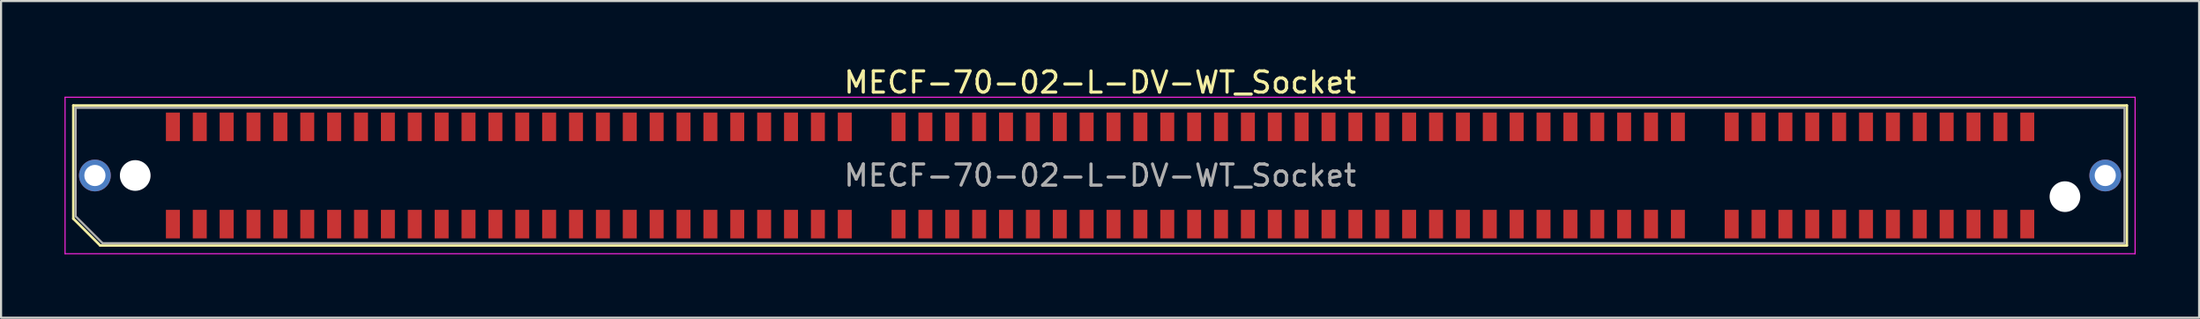
<source format=kicad_pcb>
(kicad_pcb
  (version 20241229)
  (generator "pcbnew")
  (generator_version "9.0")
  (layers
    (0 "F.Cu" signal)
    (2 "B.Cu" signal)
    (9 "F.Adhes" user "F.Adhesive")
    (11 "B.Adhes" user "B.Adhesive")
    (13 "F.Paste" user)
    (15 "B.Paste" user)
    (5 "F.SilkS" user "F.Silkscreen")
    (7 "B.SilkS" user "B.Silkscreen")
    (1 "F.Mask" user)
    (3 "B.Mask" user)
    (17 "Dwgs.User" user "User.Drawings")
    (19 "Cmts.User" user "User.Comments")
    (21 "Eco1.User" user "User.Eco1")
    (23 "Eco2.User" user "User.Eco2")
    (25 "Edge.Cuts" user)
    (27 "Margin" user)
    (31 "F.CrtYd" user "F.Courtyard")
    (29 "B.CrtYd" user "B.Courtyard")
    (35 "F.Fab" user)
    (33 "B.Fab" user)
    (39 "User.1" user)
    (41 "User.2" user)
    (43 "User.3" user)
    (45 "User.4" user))
  (footprint "MECF-70-02-L-DV-WT_Socket"
    (layer "F.Cu")
    (at 48.935 5.248)
    (property "Reference" "MECF-70-02-L-DV-WT_Socket" (at 0 -4.4 0) (layer "F.SilkS") (effects (font (size 1 1) (thickness 0.15))))
    (attr smd)
    (fp_line (start -48.52 -3.31) (end 48.52 -3.31) (stroke (width 0.12) (type solid)) (layer "F.SilkS"))
    (fp_line (start -48.52 2.04) (end -48.52 -3.31) (stroke (width 0.12) (type solid)) (layer "F.SilkS"))
    (fp_line (start -47.25 3.31) (end -48.52 2.04) (stroke (width 0.12) (type solid)) (layer "F.SilkS"))
    (fp_line (start -47.25 3.31) (end 48.52 3.31) (stroke (width 0.12) (type solid)) (layer "F.SilkS"))
    (fp_line (start 48.52 3.31) (end 48.52 -3.31) (stroke (width 0.12) (type solid)) (layer "F.SilkS"))
    (fp_line (start -48.91 -3.7) (end -48.91 3.7) (stroke (width 0.05) (type solid)) (layer "F.CrtYd"))
    (fp_line (start -48.91 3.7) (end 48.91 3.7) (stroke (width 0.05) (type solid)) (layer "F.CrtYd"))
    (fp_line (start 48.91 -3.7) (end -48.91 -3.7) (stroke (width 0.05) (type solid)) (layer "F.CrtYd"))
    (fp_line (start 48.91 3.7) (end 48.91 -3.7) (stroke (width 0.05) (type solid)) (layer "F.CrtYd"))
    (fp_line (start -48.41 -3.2) (end 48.41 -3.2) (stroke (width 0.1) (type solid)) (layer "F.Fab"))
    (fp_line (start -48.41 1.93) (end -48.41 -3.2) (stroke (width 0.1) (type solid)) (layer "F.Fab"))
    (fp_line (start -48.41 1.93) (end -47.14 3.2) (stroke (width 0.1) (type solid)) (layer "F.Fab"))
    (fp_line (start -47.14 3.2) (end 48.41 3.2) (stroke (width 0.1) (type solid)) (layer "F.Fab"))
    (fp_line (start 48.41 3.2) (end 48.41 -3.2) (stroke (width 0.1) (type solid)) (layer "F.Fab"))
    (fp_text user "${REFERENCE}" (at 0 0 0) (layer "F.Fab") (effects (font (size 1 1) (thickness 0.15))))
    (pad "" thru_hole circle (at -47.5 0) (size 1.5 1.5) (drill 1) (layers "*.Cu" "*.Mask"))
    (pad "" np_thru_hole circle (at -45.595 0) (size 1.45 1.45) (drill 1.45) (layers "*.Cu" "*.Mask"))
    (pad "" np_thru_hole circle (at 45.595 1) (size 1.45 1.45) (drill 1.45) (layers "*.Cu" "*.Mask"))
    (pad "" thru_hole circle (at 47.5 0) (size 1.5 1.5) (drill 1) (layers "*.Cu" "*.Mask"))
    (pad "1" smd rect (at -43.815 2.3) (size 0.66 1.35) (layers "F.Cu" "F.Mask" "F.Paste"))
    (pad "2" smd rect (at -43.815 -2.3) (size 0.66 1.35) (layers "F.Cu" "F.Mask" "F.Paste"))
    (pad "3" smd rect (at -42.545 2.3) (size 0.66 1.35) (layers "F.Cu" "F.Mask" "F.Paste"))
    (pad "4" smd rect (at -42.545 -2.3) (size 0.66 1.35) (layers "F.Cu" "F.Mask" "F.Paste"))
    (pad "5" smd rect (at -41.275 2.3) (size 0.66 1.35) (layers "F.Cu" "F.Mask" "F.Paste"))
    (pad "6" smd rect (at -41.275 -2.3) (size 0.66 1.35) (layers "F.Cu" "F.Mask" "F.Paste"))
    (pad "7" smd rect (at -40.005 2.3) (size 0.66 1.35) (layers "F.Cu" "F.Mask" "F.Paste"))
    (pad "8" smd rect (at -40.005 -2.3) (size 0.66 1.35) (layers "F.Cu" "F.Mask" "F.Paste"))
    (pad "9" smd rect (at -38.735 2.3) (size 0.66 1.35) (layers "F.Cu" "F.Mask" "F.Paste"))
    (pad "10" smd rect (at -38.735 -2.3) (size 0.66 1.35) (layers "F.Cu" "F.Mask" "F.Paste"))
    (pad "11" smd rect (at -37.465 2.3) (size 0.66 1.35) (layers "F.Cu" "F.Mask" "F.Paste"))
    (pad "12" smd rect (at -37.465 -2.3) (size 0.66 1.35) (layers "F.Cu" "F.Mask" "F.Paste"))
    (pad "13" smd rect (at -36.195 2.3) (size 0.66 1.35) (layers "F.Cu" "F.Mask" "F.Paste"))
    (pad "14" smd rect (at -36.195 -2.3) (size 0.66 1.35) (layers "F.Cu" "F.Mask" "F.Paste"))
    (pad "15" smd rect (at -34.925 2.3) (size 0.66 1.35) (layers "F.Cu" "F.Mask" "F.Paste"))
    (pad "16" smd rect (at -34.925 -2.3) (size 0.66 1.35) (layers "F.Cu" "F.Mask" "F.Paste"))
    (pad "17" smd rect (at -33.655 2.3) (size 0.66 1.35) (layers "F.Cu" "F.Mask" "F.Paste"))
    (pad "18" smd rect (at -33.655 -2.3) (size 0.66 1.35) (layers "F.Cu" "F.Mask" "F.Paste"))
    (pad "19" smd rect (at -32.385 2.3) (size 0.66 1.35) (layers "F.Cu" "F.Mask" "F.Paste"))
    (pad "20" smd rect (at -32.385 -2.3) (size 0.66 1.35) (layers "F.Cu" "F.Mask" "F.Paste"))
    (pad "21" smd rect (at -31.115 2.3) (size 0.66 1.35) (layers "F.Cu" "F.Mask" "F.Paste"))
    (pad "22" smd rect (at -31.115 -2.3) (size 0.66 1.35) (layers "F.Cu" "F.Mask" "F.Paste"))
    (pad "23" smd rect (at -29.845 2.3) (size 0.66 1.35) (layers "F.Cu" "F.Mask" "F.Paste"))
    (pad "24" smd rect (at -29.845 -2.3) (size 0.66 1.35) (layers "F.Cu" "F.Mask" "F.Paste"))
    (pad "25" smd rect (at -28.575 2.3) (size 0.66 1.35) (layers "F.Cu" "F.Mask" "F.Paste"))
    (pad "26" smd rect (at -28.575 -2.3) (size 0.66 1.35) (layers "F.Cu" "F.Mask" "F.Paste"))
    (pad "27" smd rect (at -27.305 2.3) (size 0.66 1.35) (layers "F.Cu" "F.Mask" "F.Paste"))
    (pad "28" smd rect (at -27.305 -2.3) (size 0.66 1.35) (layers "F.Cu" "F.Mask" "F.Paste"))
    (pad "29" smd rect (at -26.035 2.3) (size 0.66 1.35) (layers "F.Cu" "F.Mask" "F.Paste"))
    (pad "30" smd rect (at -26.035 -2.3) (size 0.66 1.35) (layers "F.Cu" "F.Mask" "F.Paste"))
    (pad "31" smd rect (at -24.765 2.3) (size 0.66 1.35) (layers "F.Cu" "F.Mask" "F.Paste"))
    (pad "32" smd rect (at -24.765 -2.3) (size 0.66 1.35) (layers "F.Cu" "F.Mask" "F.Paste"))
    (pad "33" smd rect (at -23.495 2.3) (size 0.66 1.35) (layers "F.Cu" "F.Mask" "F.Paste"))
    (pad "34" smd rect (at -23.495 -2.3) (size 0.66 1.35) (layers "F.Cu" "F.Mask" "F.Paste"))
    (pad "35" smd rect (at -22.225 2.3) (size 0.66 1.35) (layers "F.Cu" "F.Mask" "F.Paste"))
    (pad "36" smd rect (at -22.225 -2.3) (size 0.66 1.35) (layers "F.Cu" "F.Mask" "F.Paste"))
    (pad "37" smd rect (at -20.955 2.3) (size 0.66 1.35) (layers "F.Cu" "F.Mask" "F.Paste"))
    (pad "38" smd rect (at -20.955 -2.3) (size 0.66 1.35) (layers "F.Cu" "F.Mask" "F.Paste"))
    (pad "39" smd rect (at -19.685 2.3) (size 0.66 1.35) (layers "F.Cu" "F.Mask" "F.Paste"))
    (pad "40" smd rect (at -19.685 -2.3) (size 0.66 1.35) (layers "F.Cu" "F.Mask" "F.Paste"))
    (pad "41" smd rect (at -18.415 2.3) (size 0.66 1.35) (layers "F.Cu" "F.Mask" "F.Paste"))
    (pad "42" smd rect (at -18.415 -2.3) (size 0.66 1.35) (layers "F.Cu" "F.Mask" "F.Paste"))
    (pad "43" smd rect (at -17.145 2.3) (size 0.66 1.35) (layers "F.Cu" "F.Mask" "F.Paste"))
    (pad "44" smd rect (at -17.145 -2.3) (size 0.66 1.35) (layers "F.Cu" "F.Mask" "F.Paste"))
    (pad "45" smd rect (at -15.875 2.3) (size 0.66 1.35) (layers "F.Cu" "F.Mask" "F.Paste"))
    (pad "46" smd rect (at -15.875 -2.3) (size 0.66 1.35) (layers "F.Cu" "F.Mask" "F.Paste"))
    (pad "47" smd rect (at -14.605 2.3) (size 0.66 1.35) (layers "F.Cu" "F.Mask" "F.Paste"))
    (pad "48" smd rect (at -14.605 -2.3) (size 0.66 1.35) (layers "F.Cu" "F.Mask" "F.Paste"))
    (pad "49" smd rect (at -13.335 2.3) (size 0.66 1.35) (layers "F.Cu" "F.Mask" "F.Paste"))
    (pad "50" smd rect (at -13.335 -2.3) (size 0.66 1.35) (layers "F.Cu" "F.Mask" "F.Paste"))
    (pad "51" smd rect (at -12.065 2.3) (size 0.66 1.35) (layers "F.Cu" "F.Mask" "F.Paste"))
    (pad "52" smd rect (at -12.065 -2.3) (size 0.66 1.35) (layers "F.Cu" "F.Mask" "F.Paste"))
    (pad "55" smd rect (at -9.525 2.3) (size 0.66 1.35) (layers "F.Cu" "F.Mask" "F.Paste"))
    (pad "56" smd rect (at -9.525 -2.3) (size 0.66 1.35) (layers "F.Cu" "F.Mask" "F.Paste"))
    (pad "57" smd rect (at -8.255 2.3) (size 0.66 1.35) (layers "F.Cu" "F.Mask" "F.Paste"))
    (pad "58" smd rect (at -8.255 -2.3) (size 0.66 1.35) (layers "F.Cu" "F.Mask" "F.Paste"))
    (pad "59" smd rect (at -6.985 2.3) (size 0.66 1.35) (layers "F.Cu" "F.Mask" "F.Paste"))
    (pad "60" smd rect (at -6.985 -2.3) (size 0.66 1.35) (layers "F.Cu" "F.Mask" "F.Paste"))
    (pad "61" smd rect (at -5.715 2.3) (size 0.66 1.35) (layers "F.Cu" "F.Mask" "F.Paste"))
    (pad "62" smd rect (at -5.715 -2.3) (size 0.66 1.35) (layers "F.Cu" "F.Mask" "F.Paste"))
    (pad "63" smd rect (at -4.445 2.3) (size 0.66 1.35) (layers "F.Cu" "F.Mask" "F.Paste"))
    (pad "64" smd rect (at -4.445 -2.3) (size 0.66 1.35) (layers "F.Cu" "F.Mask" "F.Paste"))
    (pad "65" smd rect (at -3.175 2.3) (size 0.66 1.35) (layers "F.Cu" "F.Mask" "F.Paste"))
    (pad "66" smd rect (at -3.175 -2.3) (size 0.66 1.35) (layers "F.Cu" "F.Mask" "F.Paste"))
    (pad "67" smd rect (at -1.905 2.3) (size 0.66 1.35) (layers "F.Cu" "F.Mask" "F.Paste"))
    (pad "68" smd rect (at -1.905 -2.3) (size 0.66 1.35) (layers "F.Cu" "F.Mask" "F.Paste"))
    (pad "69" smd rect (at -0.635 2.3) (size 0.66 1.35) (layers "F.Cu" "F.Mask" "F.Paste"))
    (pad "70" smd rect (at -0.635 -2.3) (size 0.66 1.35) (layers "F.Cu" "F.Mask" "F.Paste"))
    (pad "71" smd rect (at 0.635 2.3) (size 0.66 1.35) (layers "F.Cu" "F.Mask" "F.Paste"))
    (pad "72" smd rect (at 0.635 -2.3) (size 0.66 1.35) (layers "F.Cu" "F.Mask" "F.Paste"))
    (pad "73" smd rect (at 1.905 2.3) (size 0.66 1.35) (layers "F.Cu" "F.Mask" "F.Paste"))
    (pad "74" smd rect (at 1.905 -2.3) (size 0.66 1.35) (layers "F.Cu" "F.Mask" "F.Paste"))
    (pad "75" smd rect (at 3.175 2.3) (size 0.66 1.35) (layers "F.Cu" "F.Mask" "F.Paste"))
    (pad "76" smd rect (at 3.175 -2.3) (size 0.66 1.35) (layers "F.Cu" "F.Mask" "F.Paste"))
    (pad "77" smd rect (at 4.445 2.3) (size 0.66 1.35) (layers "F.Cu" "F.Mask" "F.Paste"))
    (pad "78" smd rect (at 4.445 -2.3) (size 0.66 1.35) (layers "F.Cu" "F.Mask" "F.Paste"))
    (pad "79" smd rect (at 5.715 2.3) (size 0.66 1.35) (layers "F.Cu" "F.Mask" "F.Paste"))
    (pad "80" smd rect (at 5.715 -2.3) (size 0.66 1.35) (layers "F.Cu" "F.Mask" "F.Paste"))
    (pad "81" smd rect (at 6.985 2.3) (size 0.66 1.35) (layers "F.Cu" "F.Mask" "F.Paste"))
    (pad "82" smd rect (at 6.985 -2.3) (size 0.66 1.35) (layers "F.Cu" "F.Mask" "F.Paste"))
    (pad "83" smd rect (at 8.255 2.3) (size 0.66 1.35) (layers "F.Cu" "F.Mask" "F.Paste"))
    (pad "84" smd rect (at 8.255 -2.3) (size 0.66 1.35) (layers "F.Cu" "F.Mask" "F.Paste"))
    (pad "85" smd rect (at 9.525 2.3) (size 0.66 1.35) (layers "F.Cu" "F.Mask" "F.Paste"))
    (pad "86" smd rect (at 9.525 -2.3) (size 0.66 1.35) (layers "F.Cu" "F.Mask" "F.Paste"))
    (pad "87" smd rect (at 10.795 2.3) (size 0.66 1.35) (layers "F.Cu" "F.Mask" "F.Paste"))
    (pad "88" smd rect (at 10.795 -2.3) (size 0.66 1.35) (layers "F.Cu" "F.Mask" "F.Paste"))
    (pad "89" smd rect (at 12.065 2.3) (size 0.66 1.35) (layers "F.Cu" "F.Mask" "F.Paste"))
    (pad "90" smd rect (at 12.065 -2.3) (size 0.66 1.35) (layers "F.Cu" "F.Mask" "F.Paste"))
    (pad "91" smd rect (at 13.335 2.3) (size 0.66 1.35) (layers "F.Cu" "F.Mask" "F.Paste"))
    (pad "92" smd rect (at 13.335 -2.3) (size 0.66 1.35) (layers "F.Cu" "F.Mask" "F.Paste"))
    (pad "93" smd rect (at 14.605 2.3) (size 0.66 1.35) (layers "F.Cu" "F.Mask" "F.Paste"))
    (pad "94" smd rect (at 14.605 -2.3) (size 0.66 1.35) (layers "F.Cu" "F.Mask" "F.Paste"))
    (pad "95" smd rect (at 15.875 2.3) (size 0.66 1.35) (layers "F.Cu" "F.Mask" "F.Paste"))
    (pad "96" smd rect (at 15.875 -2.3) (size 0.66 1.35) (layers "F.Cu" "F.Mask" "F.Paste"))
    (pad "97" smd rect (at 17.145 2.3) (size 0.66 1.35) (layers "F.Cu" "F.Mask" "F.Paste"))
    (pad "98" smd rect (at 17.145 -2.3) (size 0.66 1.35) (layers "F.Cu" "F.Mask" "F.Paste"))
    (pad "99" smd rect (at 18.415 2.3) (size 0.66 1.35) (layers "F.Cu" "F.Mask" "F.Paste"))
    (pad "100" smd rect (at 18.415 -2.3) (size 0.66 1.35) (layers "F.Cu" "F.Mask" "F.Paste"))
    (pad "101" smd rect (at 19.685 2.3) (size 0.66 1.35) (layers "F.Cu" "F.Mask" "F.Paste"))
    (pad "102" smd rect (at 19.685 -2.3) (size 0.66 1.35) (layers "F.Cu" "F.Mask" "F.Paste"))
    (pad "103" smd rect (at 20.955 2.3) (size 0.66 1.35) (layers "F.Cu" "F.Mask" "F.Paste"))
    (pad "104" smd rect (at 20.955 -2.3) (size 0.66 1.35) (layers "F.Cu" "F.Mask" "F.Paste"))
    (pad "105" smd rect (at 22.225 2.3) (size 0.66 1.35) (layers "F.Cu" "F.Mask" "F.Paste"))
    (pad "106" smd rect (at 22.225 -2.3) (size 0.66 1.35) (layers "F.Cu" "F.Mask" "F.Paste"))
    (pad "107" smd rect (at 23.495 2.3) (size 0.66 1.35) (layers "F.Cu" "F.Mask" "F.Paste"))
    (pad "108" smd rect (at 23.495 -2.3) (size 0.66 1.35) (layers "F.Cu" "F.Mask" "F.Paste"))
    (pad "109" smd rect (at 24.765 2.3) (size 0.66 1.35) (layers "F.Cu" "F.Mask" "F.Paste"))
    (pad "110" smd rect (at 24.765 -2.3) (size 0.66 1.35) (layers "F.Cu" "F.Mask" "F.Paste"))
    (pad "111" smd rect (at 26.035 2.3) (size 0.66 1.35) (layers "F.Cu" "F.Mask" "F.Paste"))
    (pad "112" smd rect (at 26.035 -2.3) (size 0.66 1.35) (layers "F.Cu" "F.Mask" "F.Paste"))
    (pad "113" smd rect (at 27.305 2.3) (size 0.66 1.35) (layers "F.Cu" "F.Mask" "F.Paste"))
    (pad "114" smd rect (at 27.305 -2.3) (size 0.66 1.35) (layers "F.Cu" "F.Mask" "F.Paste"))
    (pad "117" smd rect (at 29.845 2.3) (size 0.66 1.35) (layers "F.Cu" "F.Mask" "F.Paste"))
    (pad "118" smd rect (at 29.845 -2.3) (size 0.66 1.35) (layers "F.Cu" "F.Mask" "F.Paste"))
    (pad "119" smd rect (at 31.115 2.3) (size 0.66 1.35) (layers "F.Cu" "F.Mask" "F.Paste"))
    (pad "120" smd rect (at 31.115 -2.3) (size 0.66 1.35) (layers "F.Cu" "F.Mask" "F.Paste"))
    (pad "121" smd rect (at 32.385 2.3) (size 0.66 1.35) (layers "F.Cu" "F.Mask" "F.Paste"))
    (pad "122" smd rect (at 32.385 -2.3) (size 0.66 1.35) (layers "F.Cu" "F.Mask" "F.Paste"))
    (pad "123" smd rect (at 33.655 2.3) (size 0.66 1.35) (layers "F.Cu" "F.Mask" "F.Paste"))
    (pad "124" smd rect (at 33.655 -2.3) (size 0.66 1.35) (layers "F.Cu" "F.Mask" "F.Paste"))
    (pad "125" smd rect (at 34.925 2.3) (size 0.66 1.35) (layers "F.Cu" "F.Mask" "F.Paste"))
    (pad "126" smd rect (at 34.925 -2.3) (size 0.66 1.35) (layers "F.Cu" "F.Mask" "F.Paste"))
    (pad "127" smd rect (at 36.195 2.3) (size 0.66 1.35) (layers "F.Cu" "F.Mask" "F.Paste"))
    (pad "128" smd rect (at 36.195 -2.3) (size 0.66 1.35) (layers "F.Cu" "F.Mask" "F.Paste"))
    (pad "129" smd rect (at 37.465 2.3) (size 0.66 1.35) (layers "F.Cu" "F.Mask" "F.Paste"))
    (pad "130" smd rect (at 37.465 -2.3) (size 0.66 1.35) (layers "F.Cu" "F.Mask" "F.Paste"))
    (pad "131" smd rect (at 38.735 2.3) (size 0.66 1.35) (layers "F.Cu" "F.Mask" "F.Paste"))
    (pad "132" smd rect (at 38.735 -2.3) (size 0.66 1.35) (layers "F.Cu" "F.Mask" "F.Paste"))
    (pad "133" smd rect (at 40.005 2.3) (size 0.66 1.35) (layers "F.Cu" "F.Mask" "F.Paste"))
    (pad "134" smd rect (at 40.005 -2.3) (size 0.66 1.35) (layers "F.Cu" "F.Mask" "F.Paste"))
    (pad "135" smd rect (at 41.275 2.3) (size 0.66 1.35) (layers "F.Cu" "F.Mask" "F.Paste"))
    (pad "136" smd rect (at 41.275 -2.3) (size 0.66 1.35) (layers "F.Cu" "F.Mask" "F.Paste"))
    (pad "137" smd rect (at 42.545 2.3) (size 0.66 1.35) (layers "F.Cu" "F.Mask" "F.Paste"))
    (pad "138" smd rect (at 42.545 -2.3) (size 0.66 1.35) (layers "F.Cu" "F.Mask" "F.Paste"))
    (pad "139" smd rect (at 43.815 2.3) (size 0.66 1.35) (layers "F.Cu" "F.Mask" "F.Paste"))
    (pad "140" smd rect (at 43.815 -2.3) (size 0.66 1.35) (layers "F.Cu" "F.Mask" "F.Paste")))
  (gr_rect
    (start -3 -3)
    (end 100.87 11.973)
    (stroke (width 0.1) (type default))
    (fill no)
    (layer "Edge.Cuts")))
</source>
